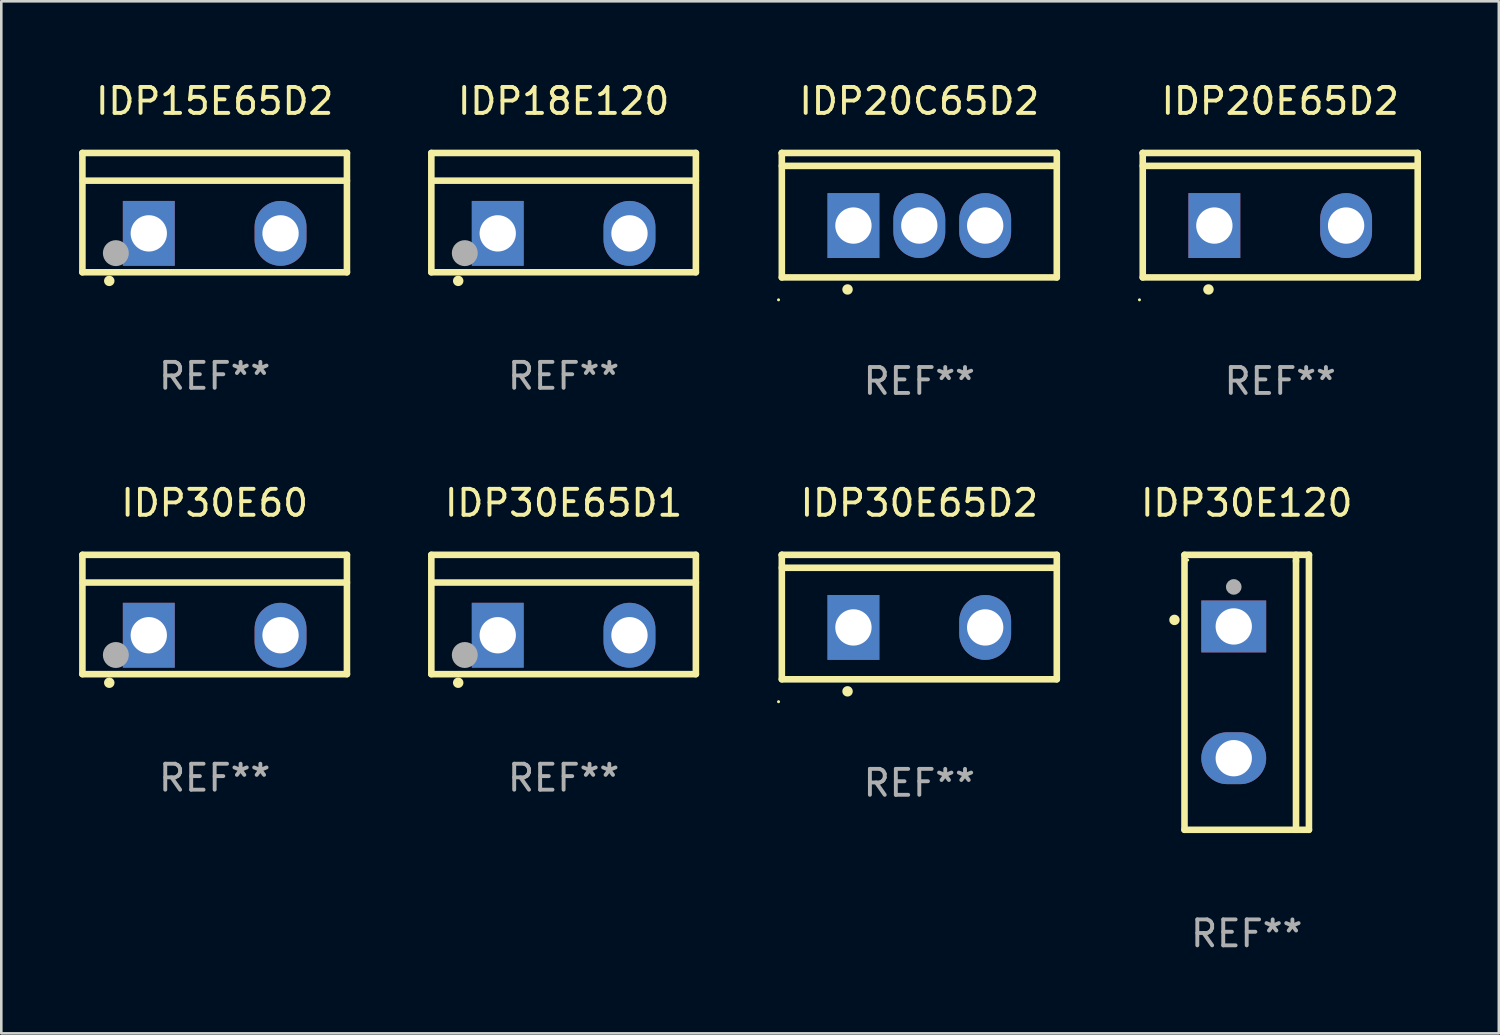
<source format=kicad_pcb>
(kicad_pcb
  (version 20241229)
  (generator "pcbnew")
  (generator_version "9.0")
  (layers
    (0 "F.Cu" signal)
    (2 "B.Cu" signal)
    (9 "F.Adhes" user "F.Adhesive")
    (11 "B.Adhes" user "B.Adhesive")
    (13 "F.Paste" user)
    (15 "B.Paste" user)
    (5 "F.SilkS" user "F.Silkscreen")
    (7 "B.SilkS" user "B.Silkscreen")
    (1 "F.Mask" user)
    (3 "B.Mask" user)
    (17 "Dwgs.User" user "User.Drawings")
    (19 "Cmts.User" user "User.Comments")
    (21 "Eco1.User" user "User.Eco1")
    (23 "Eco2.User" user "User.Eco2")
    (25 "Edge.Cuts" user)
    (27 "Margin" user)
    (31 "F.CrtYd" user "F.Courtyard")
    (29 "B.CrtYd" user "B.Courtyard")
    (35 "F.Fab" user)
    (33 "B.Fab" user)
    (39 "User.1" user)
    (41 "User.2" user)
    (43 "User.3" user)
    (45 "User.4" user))
  (footprint "IDP20E65D2"
    (layer "F.Cu")
    (at 46.312 5.247)
    (property "Reference" "IDP20E65D2" (at 0 -4.399 0) (layer "F.SilkS") (effects (font (size 1 1) (thickness 0.15))))
    (attr through_hole)
    (fp_line (start -5.301 -2.399) (end 5.301 -2.399) (stroke (width 0.254) (type solid)) (layer "F.SilkS"))
    (fp_line (start -5.301 -2.394) (end -5.301 -2.399) (stroke (width 0.254) (type solid)) (layer "F.SilkS"))
    (fp_line (start -5.301 2.399) (end -5.301 -2.394) (stroke (width 0.254) (type solid)) (layer "F.SilkS"))
    (fp_line (start 5.3 -1.9) (end -5.3 -1.9) (stroke (width 0.254) (type solid)) (layer "F.SilkS"))
    (fp_line (start 5.301 -2.399) (end 5.301 2.399) (stroke (width 0.254) (type solid)) (layer "F.SilkS"))
    (fp_line (start 5.301 2.399) (end -5.301 2.399) (stroke (width 0.254) (type solid)) (layer "F.SilkS"))
    (fp_arc (start -2.768606 2.863843) (mid -2.767336 2.863839) (end -2.766066 2.863843) (stroke (width 0.4) (type solid)) (layer "F.SilkS"))
    (fp_circle (center -5.428 3.264) (end -5.398 3.264) (stroke (width 0.06) (type solid)) (fill no) (layer "F.SilkS"))
    (fp_text user "REF**" (at 0 6.399 0) (layer "F.Fab") (effects (font (size 1 1) (thickness 0.15))))
    (pad "1" thru_hole rect (at -2.54 0.4) (size 2 2.5) (drill 1.4) (layers "*.Cu" "*.Mask"))
    (pad "2" thru_hole oval (at 2.54 0.4) (size 2 2.5) (drill 1.4) (layers "*.Cu" "*.Mask")))
  (footprint "IDP30E120"
    (layer "F.Cu")
    (at 45.02 23.644)
    (property "Reference" "IDP30E120" (at 0 -7.301 0) (layer "F.SilkS") (effects (font (size 1 1) (thickness 0.15))))
    (attr through_hole)
    (fp_line (start -2.399 -5.301) (end 2.394 -5.301) (stroke (width 0.254) (type solid)) (layer "F.SilkS"))
    (fp_line (start -2.399 5.301) (end -2.399 -5.301) (stroke (width 0.254) (type solid)) (layer "F.SilkS"))
    (fp_line (start 1.9 -5.061) (end 1.9 -5.3) (stroke (width 0.254) (type solid)) (layer "F.SilkS"))
    (fp_line (start 1.9 5.3) (end 1.9 -5.061) (stroke (width 0.254) (type solid)) (layer "F.SilkS"))
    (fp_line (start 2.394 -5.301) (end 2.399 -5.301) (stroke (width 0.254) (type solid)) (layer "F.SilkS"))
    (fp_line (start 2.399 -5.301) (end 2.399 5.301) (stroke (width 0.254) (type solid)) (layer "F.SilkS"))
    (fp_line (start 2.399 5.301) (end -2.399 5.301) (stroke (width 0.254) (type solid)) (layer "F.SilkS"))
    (fp_arc (start -2.786043 -2.791466) (mid -2.786047 -2.792736) (end -2.786043 -2.794006) (stroke (width 0.4) (type solid)) (layer "F.SilkS"))
    (fp_circle (center -2.275 -5.1) (end -2.245 -5.1) (stroke (width 0.06) (type solid)) (fill no) (layer "F.SilkS"))
    (fp_circle (center -0.5 -4.064) (end -0.35 -4.064) (stroke (width 0.3) (type solid)) (fill no) (layer "F.Fab"))
    (fp_text user "REF**" (at 0 9.301 0) (layer "F.Fab") (effects (font (size 1 1) (thickness 0.15))))
    (pad "1" thru_hole rect (at -0.5 -2.54 270) (size 2 2.5) (drill 1.4) (layers "*.Cu" "*.Mask"))
    (pad "3" thru_hole oval (at -0.5 2.54 270) (size 2 2.5) (drill 1.4) (layers "*.Cu" "*.Mask")))
  (footprint "IDP15E65D2"
    (layer "F.Cu")
    (at 5.227 5.148)
    (property "Reference" "IDP15E65D2" (at 0 -4.3 0) (layer "F.SilkS") (effects (font (size 1 1) (thickness 0.15))))
    (attr through_hole)
    (fp_line (start -5.1 -2.3) (end -5.1 2.3) (stroke (width 0.254) (type solid)) (layer "F.SilkS"))
    (fp_line (start -5.1 2.3) (end 5.1 2.3) (stroke (width 0.254) (type solid)) (layer "F.SilkS"))
    (fp_line (start -5.08 -1.232) (end 5.1 -1.232) (stroke (width 0.254) (type solid)) (layer "F.SilkS"))
    (fp_line (start 5.1 -2.3) (end -5.1 -2.3) (stroke (width 0.254) (type solid)) (layer "F.SilkS"))
    (fp_line (start 5.1 -2.3) (end 5.1 2.3) (stroke (width 0.254) (type solid)) (layer "F.SilkS"))
    (fp_arc (start -4.065278 2.632004) (mid -4.064008 2.632) (end -4.062738 2.632004) (stroke (width 0.4) (type solid)) (layer "F.SilkS"))
    (fp_circle (center -5.1 2.32) (end -5.07 2.32) (stroke (width 0.06) (type solid)) (fill no) (layer "F.SilkS"))
    (fp_circle (center -3.81 1.562) (end -3.56 1.562) (stroke (width 0.5) (type solid)) (fill no) (layer "F.Fab"))
    (fp_text user "REF**" (at 0 6.3 0) (layer "F.Fab") (effects (font (size 1 1) (thickness 0.15))))
    (pad "1" thru_hole rect (at -2.54 0.8) (size 2 2.5) (drill 1.4) (layers "*.Cu" "*.Mask"))
    (pad "2" thru_hole oval (at 2.54 0.8) (size 2 2.5) (drill 1.4) (layers "*.Cu" "*.Mask")))
  (footprint "IDP30E65D1"
    (layer "F.Cu")
    (at 18.681 20.643)
    (property "Reference" "IDP30E65D1" (at 0 -4.3 0) (layer "F.SilkS") (effects (font (size 1 1) (thickness 0.15))))
    (attr through_hole)
    (fp_line (start -5.1 -2.3) (end -5.1 2.3) (stroke (width 0.254) (type solid)) (layer "F.SilkS"))
    (fp_line (start -5.1 2.3) (end 5.1 2.3) (stroke (width 0.254) (type solid)) (layer "F.SilkS"))
    (fp_line (start -5.08 -1.232) (end 5.1 -1.232) (stroke (width 0.254) (type solid)) (layer "F.SilkS"))
    (fp_line (start 5.1 -2.3) (end -5.1 -2.3) (stroke (width 0.254) (type solid)) (layer "F.SilkS"))
    (fp_line (start 5.1 -2.3) (end 5.1 2.3) (stroke (width 0.254) (type solid)) (layer "F.SilkS"))
    (fp_arc (start -4.065278 2.632004) (mid -4.064008 2.632) (end -4.062738 2.632004) (stroke (width 0.4) (type solid)) (layer "F.SilkS"))
    (fp_circle (center -5.1 2.32) (end -5.07 2.32) (stroke (width 0.06) (type solid)) (fill no) (layer "F.SilkS"))
    (fp_circle (center -3.81 1.562) (end -3.56 1.562) (stroke (width 0.5) (type solid)) (fill no) (layer "F.Fab"))
    (fp_text user "REF**" (at 0 6.3 0) (layer "F.Fab") (effects (font (size 1 1) (thickness 0.15))))
    (pad "1" thru_hole rect (at -2.54 0.8) (size 2 2.5) (drill 1.4) (layers "*.Cu" "*.Mask"))
    (pad "2" thru_hole oval (at 2.54 0.8) (size 2 2.5) (drill 1.4) (layers "*.Cu" "*.Mask")))
  (footprint "IDP20C65D2"
    (layer "F.Cu")
    (at 32.396 5.247)
    (property "Reference" "IDP20C65D2" (at 0 -4.399 0) (layer "F.SilkS") (effects (font (size 1 1) (thickness 0.15))))
    (attr through_hole)
    (fp_line (start -5.301 -2.399) (end 5.301 -2.399) (stroke (width 0.254) (type solid)) (layer "F.SilkS"))
    (fp_line (start -5.301 -2.394) (end -5.301 -2.399) (stroke (width 0.254) (type solid)) (layer "F.SilkS"))
    (fp_line (start -5.301 2.399) (end -5.301 -2.394) (stroke (width 0.254) (type solid)) (layer "F.SilkS"))
    (fp_line (start 5.3 -1.9) (end -5.3 -1.9) (stroke (width 0.254) (type solid)) (layer "F.SilkS"))
    (fp_line (start 5.301 -2.399) (end 5.301 2.399) (stroke (width 0.254) (type solid)) (layer "F.SilkS"))
    (fp_line (start 5.301 2.399) (end -5.301 2.399) (stroke (width 0.254) (type solid)) (layer "F.SilkS"))
    (fp_arc (start -2.768606 2.863856) (mid -2.767336 2.863852) (end -2.766066 2.863856) (stroke (width 0.4) (type solid)) (layer "F.SilkS"))
    (fp_circle (center -5.428 3.264) (end -5.398 3.264) (stroke (width 0.06) (type solid)) (fill no) (layer "F.SilkS"))
    (fp_text user "REF**" (at 0 6.399 0) (layer "F.Fab") (effects (font (size 1 1) (thickness 0.15))))
    (pad "1" thru_hole rect (at -2.54 0.4) (size 2 2.5) (drill 1.4) (layers "*.Cu" "*.Mask"))
    (pad "2" thru_hole oval (at 0 0.4) (size 2 2.5) (drill 1.4) (layers "*.Cu" "*.Mask"))
    (pad "3" thru_hole oval (at 2.54 0.4) (size 2 2.5) (drill 1.4) (layers "*.Cu" "*.Mask")))
  (footprint "IDP30E65D2"
    (layer "F.Cu")
    (at 32.396 20.742)
    (property "Reference" "IDP30E65D2" (at 0 -4.399 0) (layer "F.SilkS") (effects (font (size 1 1) (thickness 0.15))))
    (attr through_hole)
    (fp_line (start -5.301 -2.399) (end 5.301 -2.399) (stroke (width 0.254) (type solid)) (layer "F.SilkS"))
    (fp_line (start -5.301 -2.394) (end -5.301 -2.399) (stroke (width 0.254) (type solid)) (layer "F.SilkS"))
    (fp_line (start -5.301 2.399) (end -5.301 -2.394) (stroke (width 0.254) (type solid)) (layer "F.SilkS"))
    (fp_line (start 5.3 -1.9) (end -5.3 -1.9) (stroke (width 0.254) (type solid)) (layer "F.SilkS"))
    (fp_line (start 5.301 -2.399) (end 5.301 2.399) (stroke (width 0.254) (type solid)) (layer "F.SilkS"))
    (fp_line (start 5.301 2.399) (end -5.301 2.399) (stroke (width 0.254) (type solid)) (layer "F.SilkS"))
    (fp_arc (start -2.768606 2.863843) (mid -2.767336 2.863839) (end -2.766066 2.863843) (stroke (width 0.4) (type solid)) (layer "F.SilkS"))
    (fp_circle (center -5.428 3.264) (end -5.398 3.264) (stroke (width 0.06) (type solid)) (fill no) (layer "F.SilkS"))
    (fp_text user "REF**" (at 0 6.399 0) (layer "F.Fab") (effects (font (size 1 1) (thickness 0.15))))
    (pad "1" thru_hole rect (at -2.54 0.4) (size 2 2.5) (drill 1.4) (layers "*.Cu" "*.Mask"))
    (pad "2" thru_hole oval (at 2.54 0.4) (size 2 2.5) (drill 1.4) (layers "*.Cu" "*.Mask")))
  (footprint "IDP30E60"
    (layer "F.Cu")
    (at 5.227 20.643)
    (property "Reference" "IDP30E60" (at 0 -4.3 0) (layer "F.SilkS") (effects (font (size 1 1) (thickness 0.15))))
    (attr through_hole)
    (fp_line (start -5.1 -2.3) (end -5.1 2.3) (stroke (width 0.254) (type solid)) (layer "F.SilkS"))
    (fp_line (start -5.1 2.3) (end 5.1 2.3) (stroke (width 0.254) (type solid)) (layer "F.SilkS"))
    (fp_line (start -5.08 -1.232) (end 5.1 -1.232) (stroke (width 0.254) (type solid)) (layer "F.SilkS"))
    (fp_line (start 5.1 -2.3) (end -5.1 -2.3) (stroke (width 0.254) (type solid)) (layer "F.SilkS"))
    (fp_line (start 5.1 -2.3) (end 5.1 2.3) (stroke (width 0.254) (type solid)) (layer "F.SilkS"))
    (fp_arc (start -4.065278 2.632004) (mid -4.064008 2.632) (end -4.062738 2.632004) (stroke (width 0.4) (type solid)) (layer "F.SilkS"))
    (fp_circle (center -5.1 2.32) (end -5.07 2.32) (stroke (width 0.06) (type solid)) (fill no) (layer "F.SilkS"))
    (fp_circle (center -3.81 1.562) (end -3.56 1.562) (stroke (width 0.5) (type solid)) (fill no) (layer "F.Fab"))
    (fp_text user "REF**" (at 0 6.3 0) (layer "F.Fab") (effects (font (size 1 1) (thickness 0.15))))
    (pad "1" thru_hole rect (at -2.54 0.8) (size 2 2.5) (drill 1.4) (layers "*.Cu" "*.Mask"))
    (pad "2" thru_hole oval (at 2.54 0.8) (size 2 2.5) (drill 1.4) (layers "*.Cu" "*.Mask")))
  (footprint "IDP18E120"
    (layer "F.Cu")
    (at 18.681 5.148)
    (property "Reference" "IDP18E120" (at 0 -4.3 0) (layer "F.SilkS") (effects (font (size 1 1) (thickness 0.15))))
    (attr through_hole)
    (fp_line (start -5.1 -2.3) (end -5.1 2.3) (stroke (width 0.254) (type solid)) (layer "F.SilkS"))
    (fp_line (start -5.1 2.3) (end 5.1 2.3) (stroke (width 0.254) (type solid)) (layer "F.SilkS"))
    (fp_line (start -5.08 -1.232) (end 5.1 -1.232) (stroke (width 0.254) (type solid)) (layer "F.SilkS"))
    (fp_line (start 5.1 -2.3) (end -5.1 -2.3) (stroke (width 0.254) (type solid)) (layer "F.SilkS"))
    (fp_line (start 5.1 -2.3) (end 5.1 2.3) (stroke (width 0.254) (type solid)) (layer "F.SilkS"))
    (fp_arc (start -4.065278 2.632004) (mid -4.064008 2.632) (end -4.062738 2.632004) (stroke (width 0.4) (type solid)) (layer "F.SilkS"))
    (fp_circle (center -5.1 2.32) (end -5.07 2.32) (stroke (width 0.06) (type solid)) (fill no) (layer "F.SilkS"))
    (fp_circle (center -3.81 1.562) (end -3.56 1.562) (stroke (width 0.5) (type solid)) (fill no) (layer "F.Fab"))
    (fp_text user "REF**" (at 0 6.3 0) (layer "F.Fab") (effects (font (size 1 1) (thickness 0.15))))
    (pad "1" thru_hole rect (at -2.54 0.8) (size 2 2.5) (drill 1.4) (layers "*.Cu" "*.Mask"))
    (pad "2" thru_hole oval (at 2.54 0.8) (size 2 2.5) (drill 1.4) (layers "*.Cu" "*.Mask")))
  (gr_rect
    (start -3 -3)
    (end 54.74 36.793)
    (stroke (width 0.1) (type default))
    (fill no)
    (layer "Edge.Cuts")))
</source>
